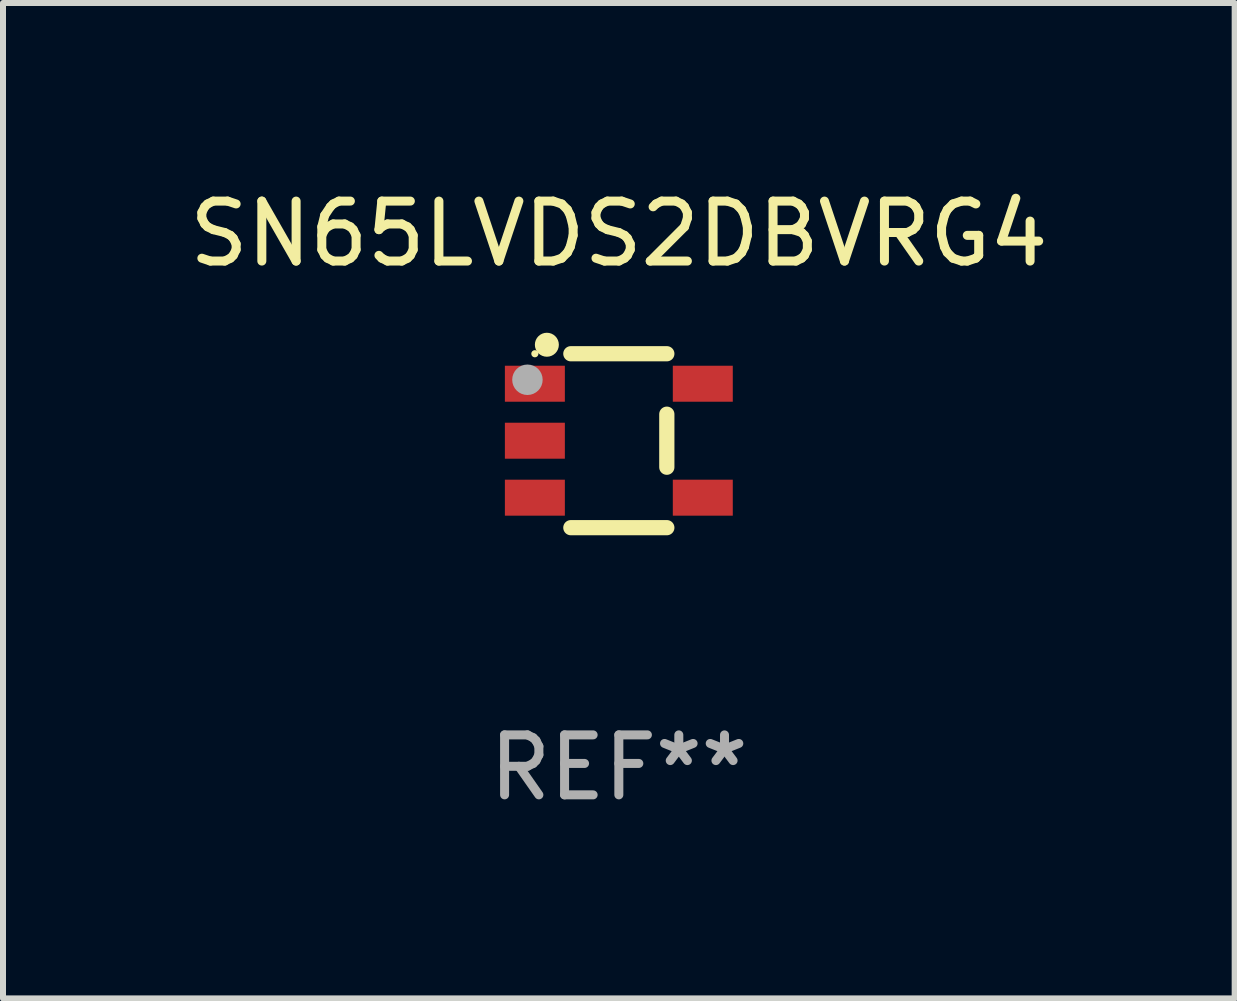
<source format=kicad_pcb>
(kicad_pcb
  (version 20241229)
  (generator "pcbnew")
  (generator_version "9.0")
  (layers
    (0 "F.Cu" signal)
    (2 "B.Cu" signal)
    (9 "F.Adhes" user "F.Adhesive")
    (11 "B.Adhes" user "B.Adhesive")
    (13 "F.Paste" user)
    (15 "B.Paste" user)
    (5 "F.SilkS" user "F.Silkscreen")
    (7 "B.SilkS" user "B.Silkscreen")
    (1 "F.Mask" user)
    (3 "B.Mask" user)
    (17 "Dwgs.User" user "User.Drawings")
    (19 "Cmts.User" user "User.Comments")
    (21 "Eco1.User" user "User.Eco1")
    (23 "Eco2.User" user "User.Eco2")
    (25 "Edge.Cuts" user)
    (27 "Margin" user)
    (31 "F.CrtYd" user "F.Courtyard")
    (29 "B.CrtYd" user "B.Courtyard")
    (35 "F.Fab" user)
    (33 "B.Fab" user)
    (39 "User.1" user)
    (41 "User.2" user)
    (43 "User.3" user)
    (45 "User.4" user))
  (footprint "SN65LVDS2DBVRG4"
    (layer "F.Cu")
    (at 7.268 4.298)
    (property "Reference" "SN65LVDS2DBVRG4" (at 0 -3.45 0) (layer "F.SilkS") (effects (font (size 1 1) (thickness 0.15))))
    (attr through_hole)
    (fp_line (start 0.8 -1.45) (end -0.8 -1.45) (stroke (width 0.254) (type solid)) (layer "F.SilkS"))
    (fp_line (start 0.8 -0.442) (end 0.8 0.442) (stroke (width 0.254) (type solid)) (layer "F.SilkS"))
    (fp_line (start 0.8 1.45) (end -0.8 1.45) (stroke (width 0.254) (type solid)) (layer "F.SilkS"))
    (fp_circle (center -1.4 -1.45) (end -1.37 -1.45) (stroke (width 0.06) (type solid)) (fill no) (layer "F.SilkS"))
    (fp_circle (center -1.2 -1.6) (end -1.1 -1.6) (stroke (width 0.2) (type solid)) (fill no) (layer "F.SilkS"))
    (fp_circle (center -1.524 -1.016) (end -1.397 -1.016) (stroke (width 0.254) (type solid)) (fill no) (layer "F.Fab"))
    (fp_text user "REF**" (at 0 5.45 0) (layer "F.Fab") (effects (font (size 1 1) (thickness 0.15))))
    (pad "1" smd rect (at -1.4 -0.95 180) (size 1 0.6) (layers "F.Cu" "F.Mask" "F.Paste"))
    (pad "2" smd rect (at -1.4 0.000114 180) (size 1 0.6) (layers "F.Cu" "F.Mask" "F.Paste"))
    (pad "3" smd rect (at -1.4 0.95 180) (size 1 0.6) (layers "F.Cu" "F.Mask" "F.Paste"))
    (pad "4" smd rect (at 1.4 0.95) (size 1 0.6) (layers "F.Cu" "F.Mask" "F.Paste"))
    (pad "5" smd rect (at 1.4 -0.95) (size 1 0.6) (layers "F.Cu" "F.Mask" "F.Paste")))
  (gr_rect
    (start -3 -3)
    (end 17.536 13.597)
    (stroke (width 0.1) (type default))
    (fill no)
    (layer "Edge.Cuts")))
</source>
